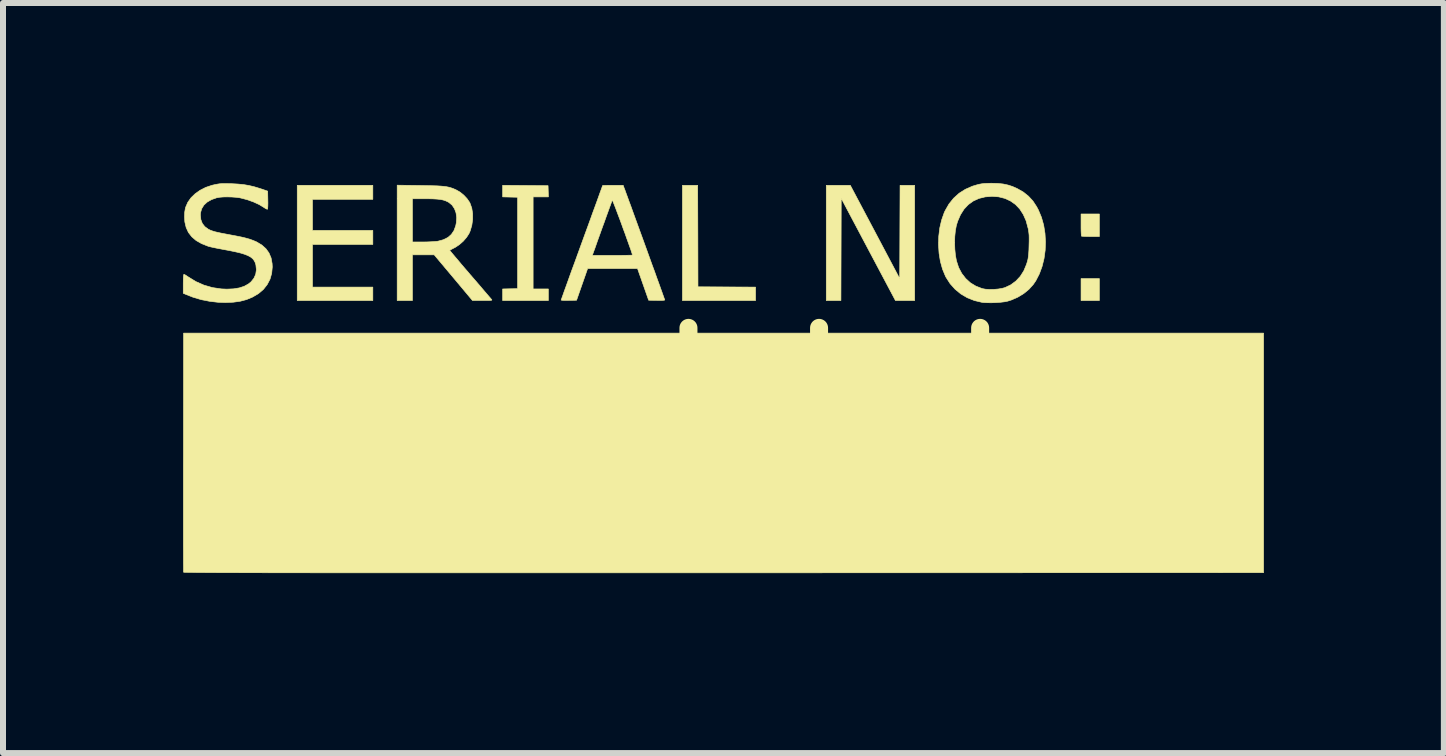
<source format=kicad_pcb>
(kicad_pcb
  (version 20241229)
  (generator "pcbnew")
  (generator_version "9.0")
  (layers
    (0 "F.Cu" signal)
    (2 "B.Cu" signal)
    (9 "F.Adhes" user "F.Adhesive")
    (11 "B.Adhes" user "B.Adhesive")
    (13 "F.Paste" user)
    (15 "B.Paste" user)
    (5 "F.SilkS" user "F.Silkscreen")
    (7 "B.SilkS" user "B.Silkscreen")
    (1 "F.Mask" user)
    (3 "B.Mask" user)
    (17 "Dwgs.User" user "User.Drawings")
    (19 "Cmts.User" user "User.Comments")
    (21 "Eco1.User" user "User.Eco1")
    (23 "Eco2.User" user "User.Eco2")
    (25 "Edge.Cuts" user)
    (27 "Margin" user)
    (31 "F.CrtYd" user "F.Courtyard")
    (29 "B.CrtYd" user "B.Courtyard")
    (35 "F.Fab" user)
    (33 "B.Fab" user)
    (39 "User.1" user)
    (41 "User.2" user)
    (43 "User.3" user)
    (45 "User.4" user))
  (footprint "sn_label"
    (layer "F.Cu")
    (at 9.007 3.25)
    (property "Reference" "sn_label" (at 0 0 0) (layer "F.SilkS") (effects (font (size 1.524 1.524) (thickness 0.3))))
    (attr through_hole)
    (fp_poly (pts (xy 6.269 -1.29) (xy 5.964 -1.29) (xy 5.964 -1.656) (xy 6.269 -1.656) (xy 6.269 -1.29)) (stroke (width 0.01) (type solid)) (fill yes) (layer "F.SilkS"))
    (fp_poly (pts (xy -0.424 -2.365) (xy -0.422 -1.519) (xy 0.538 -1.514) (xy 0.538 -1.29) (xy -0.681 -1.29) (xy -0.681 -3.211) (xy -0.554 -3.211) (xy -0.427 -3.211) (xy -0.424 -2.365)) (stroke (width 0.01) (type solid)) (fill yes) (layer "F.SilkS"))
    (fp_poly (pts (xy -5.842 -2.977) (xy -6.848 -2.977) (xy -6.848 -2.459) (xy -5.842 -2.459) (xy -5.842 -2.225) (xy -6.848 -2.225) (xy -6.848 -1.514) (xy -5.842 -1.514) (xy -5.842 -1.29) (xy -7.102 -1.29) (xy -7.102 -3.211) (xy -5.842 -3.211) (xy -5.842 -2.977)) (stroke (width 0.01) (type solid)) (fill yes) (layer "F.SilkS"))
    (fp_poly (pts (xy -2.921 -3.205) (xy -2.915 -3.018) (xy -3.17 -3.018) (xy -3.17 -1.483) (xy -2.916 -1.483) (xy -2.916 -1.29) (xy -3.678 -1.29) (xy -3.678 -1.483) (xy -3.553 -1.486) (xy -3.429 -1.488) (xy -3.429 -3.012) (xy -3.678 -3.018) (xy -3.678 -3.211) (xy -2.921 -3.205)) (stroke (width 0.01) (type solid)) (fill yes) (layer "F.SilkS"))
    (fp_poly (pts (xy 3.19 -1.29) (xy 2.87 -1.29) (xy 2.418 -2.142) (xy 1.966 -2.995) (xy 1.961 -1.29) (xy 1.717 -1.29) (xy 1.717 -3.211) (xy 1.918 -3.21) (xy 2.118 -3.21) (xy 2.53 -2.432) (xy 2.941 -1.655) (xy 2.947 -3.211) (xy 3.19 -3.211) (xy 3.19 -1.29)) (stroke (width 0.01) (type solid)) (fill yes) (layer "F.SilkS"))
    (fp_poly (pts (xy 6.269 -2.357) (xy 6.123 -2.357) (xy 6.071 -2.358) (xy 6.026 -2.359) (xy 5.992 -2.361) (xy 5.973 -2.363) (xy 5.971 -2.364) (xy 5.969 -2.376) (xy 5.967 -2.405) (xy 5.965 -2.447) (xy 5.964 -2.5) (xy 5.964 -2.552) (xy 5.964 -2.733) (xy 6.269 -2.733) (xy 6.269 -2.357)) (stroke (width 0.01) (type solid)) (fill yes) (layer "F.SilkS"))
    (fp_poly (pts (xy 9.007 3.246) (xy 0.007 3.249) (xy -0.524 3.249) (xy -1.035 3.249) (xy -1.526 3.249) (xy -1.998 3.249) (xy -2.451 3.249) (xy -2.886 3.249) (xy -3.302 3.249) (xy -3.7 3.249) (xy -4.081 3.249) (xy -4.444 3.249) (xy -4.791 3.249) (xy -5.121 3.249) (xy -5.434 3.249) (xy -5.732 3.249) (xy -6.014 3.249) (xy -6.281 3.249) (xy -6.533 3.249) (xy -6.77 3.249) (xy -6.993 3.248) (xy -7.203 3.248) (xy -7.399 3.248) (xy -7.581 3.248) (xy -7.751 3.247) (xy -7.908 3.247) (xy -8.053 3.247) (xy -8.186 3.246) (xy -8.308 3.246) (xy -8.418 3.246) (xy -8.518 3.245) (xy -8.607 3.245) (xy -8.686 3.244) (xy -8.756 3.244) (xy -8.815 3.243) (xy -8.866 3.242) (xy -8.908 3.242) (xy -8.941 3.241) (xy -8.967 3.241) (xy -8.984 3.24) (xy -8.994 3.239) (xy -8.997 3.239) (xy -8.998 3.227) (xy -8.998 3.197) (xy -8.998 3.148) (xy -8.999 3.081) (xy -8.999 2.998) (xy -8.999 2.9) (xy -9 2.788) (xy -9 2.662) (xy -9 2.523) (xy -9 2.373) (xy -9 2.213) (xy -9 2.043) (xy -9 1.864) (xy -9 1.678) (xy -9 1.485) (xy -8.999 1.287) (xy -8.999 1.24) (xy -8.997 -0.747) (xy 9.007 -0.747) (xy 9.007 3.246)) (stroke (width 0.01) (type solid)) (fill yes) (layer "F.SilkS"))
    (fp_poly (pts (xy -5.057 -3.208) (xy -4.946 -3.206) (xy -4.853 -3.204) (xy -4.775 -3.202) (xy -4.711 -3.198) (xy -4.657 -3.193) (xy -4.612 -3.187) (xy -4.573 -3.179) (xy -4.538 -3.169) (xy -4.504 -3.157) (xy -4.469 -3.142) (xy -4.452 -3.134) (xy -4.386 -3.096) (xy -4.324 -3.045) (xy -4.27 -2.987) (xy -4.229 -2.927) (xy -4.223 -2.916) (xy -4.193 -2.832) (xy -4.178 -2.739) (xy -4.178 -2.642) (xy -4.192 -2.543) (xy -4.22 -2.449) (xy -4.238 -2.408) (xy -4.279 -2.344) (xy -4.334 -2.28) (xy -4.399 -2.223) (xy -4.469 -2.176) (xy -4.481 -2.17) (xy -4.516 -2.152) (xy -4.544 -2.137) (xy -4.559 -2.129) (xy -4.56 -2.128) (xy -4.555 -2.12) (xy -4.537 -2.098) (xy -4.508 -2.063) (xy -4.47 -2.018) (xy -4.423 -1.963) (xy -4.37 -1.899) (xy -4.31 -1.829) (xy -4.245 -1.754) (xy -4.221 -1.725) (xy -4.154 -1.648) (xy -4.091 -1.575) (xy -4.033 -1.507) (xy -3.982 -1.447) (xy -3.938 -1.396) (xy -3.903 -1.355) (xy -3.878 -1.326) (xy -3.864 -1.31) (xy -3.863 -1.308) (xy -3.858 -1.302) (xy -3.859 -1.297) (xy -3.869 -1.294) (xy -3.889 -1.292) (xy -3.922 -1.291) (xy -3.972 -1.291) (xy -4.014 -1.291) (xy -4.181 -1.291) (xy -4.5 -1.672) (xy -4.819 -2.052) (xy -5.182 -2.052) (xy -5.182 -1.29) (xy -5.436 -1.29) (xy -5.436 -2.266) (xy -5.182 -2.266) (xy -5.006 -2.266) (xy -4.936 -2.267) (xy -4.869 -2.27) (xy -4.81 -2.274) (xy -4.765 -2.278) (xy -4.754 -2.28) (xy -4.666 -2.304) (xy -4.592 -2.341) (xy -4.533 -2.392) (xy -4.489 -2.457) (xy -4.46 -2.537) (xy -4.45 -2.586) (xy -4.444 -2.672) (xy -4.455 -2.752) (xy -4.481 -2.822) (xy -4.521 -2.881) (xy -4.575 -2.926) (xy -4.595 -2.937) (xy -4.63 -2.953) (xy -4.67 -2.966) (xy -4.715 -2.975) (xy -4.771 -2.981) (xy -4.839 -2.985) (xy -4.923 -2.987) (xy -4.971 -2.987) (xy -5.182 -2.987) (xy -5.182 -2.266) (xy -5.436 -2.266) (xy -5.436 -3.213) (xy -5.057 -3.208)) (stroke (width 0.01) (type solid)) (fill yes) (layer "F.SilkS"))
    (fp_poly (pts (xy -1.653 -3.167) (xy -1.64 -3.134) (xy -1.623 -3.086) (xy -1.6 -3.024) (xy -1.573 -2.949) (xy -1.541 -2.864) (xy -1.507 -2.769) (xy -1.47 -2.667) (xy -1.431 -2.56) (xy -1.39 -2.447) (xy -1.348 -2.332) (xy -1.306 -2.216) (xy -1.264 -2.1) (xy -1.223 -1.986) (xy -1.183 -1.875) (xy -1.144 -1.77) (xy -1.109 -1.671) (xy -1.076 -1.581) (xy -1.047 -1.5) (xy -1.022 -1.431) (xy -1.002 -1.374) (xy -0.987 -1.332) (xy -0.978 -1.307) (xy -0.975 -1.299) (xy -0.985 -1.296) (xy -1.011 -1.293) (xy -1.05 -1.292) (xy -1.098 -1.292) (xy -1.11 -1.293) (xy -1.244 -1.295) (xy -1.43 -1.824) (xy -2.261 -1.824) (xy -2.446 -1.295) (xy -2.574 -1.293) (xy -2.623 -1.292) (xy -2.663 -1.293) (xy -2.691 -1.295) (xy -2.702 -1.298) (xy -2.703 -1.298) (xy -2.699 -1.309) (xy -2.689 -1.337) (xy -2.673 -1.382) (xy -2.652 -1.442) (xy -2.625 -1.516) (xy -2.594 -1.602) (xy -2.559 -1.7) (xy -2.52 -1.808) (xy -2.477 -1.924) (xy -2.434 -2.042) (xy -2.183 -2.042) (xy -1.849 -2.042) (xy -1.768 -2.042) (xy -1.695 -2.043) (xy -1.631 -2.044) (xy -1.579 -2.045) (xy -1.54 -2.046) (xy -1.518 -2.048) (xy -1.514 -2.049) (xy -1.517 -2.063) (xy -1.527 -2.093) (xy -1.541 -2.136) (xy -1.561 -2.191) (xy -1.584 -2.256) (xy -1.61 -2.328) (xy -1.637 -2.405) (xy -1.667 -2.485) (xy -1.696 -2.566) (xy -1.725 -2.645) (xy -1.753 -2.719) (xy -1.779 -2.788) (xy -1.802 -2.849) (xy -1.822 -2.899) (xy -1.837 -2.937) (xy -1.847 -2.959) (xy -1.85 -2.965) (xy -1.855 -2.952) (xy -1.866 -2.923) (xy -1.882 -2.879) (xy -1.903 -2.822) (xy -1.928 -2.753) (xy -1.956 -2.676) (xy -1.986 -2.591) (xy -2.007 -2.535) (xy -2.039 -2.446) (xy -2.069 -2.362) (xy -2.097 -2.285) (xy -2.121 -2.216) (xy -2.141 -2.159) (xy -2.157 -2.116) (xy -2.167 -2.088) (xy -2.17 -2.08) (xy -2.183 -2.042) (xy -2.434 -2.042) (xy -2.432 -2.048) (xy -2.385 -2.178) (xy -2.357 -2.255) (xy -2.309 -2.387) (xy -2.262 -2.515) (xy -2.218 -2.636) (xy -2.178 -2.748) (xy -2.14 -2.851) (xy -2.106 -2.944) (xy -2.077 -3.025) (xy -2.053 -3.092) (xy -2.033 -3.146) (xy -2.02 -3.183) (xy -2.013 -3.203) (xy -2.012 -3.207) (xy -2.002 -3.208) (xy -1.975 -3.209) (xy -1.935 -3.21) (xy -1.884 -3.21) (xy -1.84 -3.211) (xy -1.669 -3.211) (xy -1.653 -3.167)) (stroke (width 0.01) (type solid)) (fill yes) (layer "F.SilkS"))
    (fp_poly (pts (xy 4.577 -3.242) (xy 4.665 -3.233) (xy 4.744 -3.216) (xy 4.822 -3.191) (xy 4.902 -3.155) (xy 5.002 -3.098) (xy 5.087 -3.03) (xy 5.161 -2.95) (xy 5.224 -2.854) (xy 5.253 -2.799) (xy 5.304 -2.677) (xy 5.341 -2.546) (xy 5.363 -2.408) (xy 5.371 -2.268) (xy 5.366 -2.128) (xy 5.347 -1.99) (xy 5.314 -1.857) (xy 5.268 -1.733) (xy 5.21 -1.62) (xy 5.166 -1.556) (xy 5.095 -1.477) (xy 5.008 -1.406) (xy 4.909 -1.346) (xy 4.804 -1.3) (xy 4.738 -1.279) (xy 4.686 -1.269) (xy 4.62 -1.261) (xy 4.546 -1.256) (xy 4.47 -1.253) (xy 4.398 -1.254) (xy 4.337 -1.257) (xy 4.313 -1.26) (xy 4.186 -1.29) (xy 4.067 -1.337) (xy 3.96 -1.4) (xy 3.864 -1.479) (xy 3.781 -1.572) (xy 3.713 -1.678) (xy 3.703 -1.697) (xy 3.655 -1.813) (xy 3.619 -1.942) (xy 3.597 -2.078) (xy 3.588 -2.22) (xy 3.589 -2.252) (xy 3.856 -2.252) (xy 3.86 -2.145) (xy 3.87 -2.043) (xy 3.887 -1.952) (xy 3.887 -1.952) (xy 3.923 -1.841) (xy 3.975 -1.742) (xy 4.041 -1.657) (xy 4.12 -1.585) (xy 4.211 -1.53) (xy 4.314 -1.49) (xy 4.318 -1.489) (xy 4.371 -1.479) (xy 4.438 -1.475) (xy 4.51 -1.476) (xy 4.583 -1.482) (xy 4.648 -1.493) (xy 4.696 -1.506) (xy 4.793 -1.552) (xy 4.878 -1.615) (xy 4.951 -1.693) (xy 5.01 -1.786) (xy 5.055 -1.894) (xy 5.071 -1.946) (xy 5.08 -1.984) (xy 5.086 -2.024) (xy 5.091 -2.072) (xy 5.095 -2.132) (xy 5.097 -2.207) (xy 5.097 -2.21) (xy 5.099 -2.28) (xy 5.099 -2.335) (xy 5.098 -2.379) (xy 5.094 -2.418) (xy 5.089 -2.456) (xy 5.081 -2.499) (xy 5.08 -2.499) (xy 5.048 -2.619) (xy 5.001 -2.725) (xy 4.942 -2.816) (xy 4.871 -2.891) (xy 4.787 -2.95) (xy 4.693 -2.993) (xy 4.589 -3.019) (xy 4.481 -3.027) (xy 4.366 -3.018) (xy 4.261 -2.992) (xy 4.167 -2.949) (xy 4.084 -2.889) (xy 4.013 -2.813) (xy 3.954 -2.72) (xy 3.907 -2.612) (xy 3.885 -2.54) (xy 3.869 -2.455) (xy 3.859 -2.357) (xy 3.856 -2.252) (xy 3.589 -2.252) (xy 3.592 -2.362) (xy 3.609 -2.501) (xy 3.64 -2.633) (xy 3.683 -2.755) (xy 3.698 -2.787) (xy 3.762 -2.899) (xy 3.84 -2.996) (xy 3.931 -3.078) (xy 4.035 -3.144) (xy 4.153 -3.196) (xy 4.226 -3.218) (xy 4.269 -3.229) (xy 4.308 -3.236) (xy 4.349 -3.241) (xy 4.397 -3.243) (xy 4.458 -3.245) (xy 4.475 -3.245) (xy 4.577 -3.242)) (stroke (width 0.01) (type solid)) (fill yes) (layer "F.SilkS"))
    (fp_poly (pts (xy -8.259 -3.239) (xy -8.199 -3.238) (xy -8.091 -3.232) (xy -7.997 -3.223) (xy -7.909 -3.208) (xy -7.82 -3.187) (xy -7.724 -3.158) (xy -7.706 -3.152) (xy -7.595 -3.114) (xy -7.592 -2.968) (xy -7.591 -2.915) (xy -7.592 -2.869) (xy -7.594 -2.835) (xy -7.596 -2.815) (xy -7.597 -2.813) (xy -7.609 -2.814) (xy -7.632 -2.825) (xy -7.656 -2.841) (xy -7.736 -2.89) (xy -7.832 -2.934) (xy -7.936 -2.971) (xy -8.043 -2.999) (xy -8.061 -3.003) (xy -8.121 -3.011) (xy -8.19 -3.016) (xy -8.263 -3.018) (xy -8.333 -3.017) (xy -8.395 -3.012) (xy -8.444 -3.003) (xy -8.446 -3.003) (xy -8.533 -2.972) (xy -8.604 -2.931) (xy -8.658 -2.881) (xy -8.695 -2.821) (xy -8.714 -2.754) (xy -8.717 -2.717) (xy -8.709 -2.64) (xy -8.685 -2.576) (xy -8.644 -2.523) (xy -8.586 -2.48) (xy -8.574 -2.474) (xy -8.547 -2.461) (xy -8.516 -2.45) (xy -8.478 -2.438) (xy -8.432 -2.427) (xy -8.372 -2.414) (xy -8.298 -2.4) (xy -8.23 -2.387) (xy -8.123 -2.367) (xy -8.034 -2.349) (xy -7.959 -2.331) (xy -7.895 -2.313) (xy -7.84 -2.293) (xy -7.792 -2.273) (xy -7.779 -2.267) (xy -7.692 -2.215) (xy -7.624 -2.154) (xy -7.573 -2.083) (xy -7.538 -2) (xy -7.521 -1.907) (xy -7.518 -1.849) (xy -7.528 -1.744) (xy -7.556 -1.646) (xy -7.603 -1.556) (xy -7.666 -1.476) (xy -7.746 -1.408) (xy -7.761 -1.398) (xy -7.851 -1.346) (xy -7.948 -1.306) (xy -8.054 -1.278) (xy -8.17 -1.262) (xy -8.3 -1.257) (xy -8.423 -1.261) (xy -8.561 -1.277) (xy -8.703 -1.305) (xy -8.841 -1.346) (xy -8.948 -1.388) (xy -9.002 -1.411) (xy -9.002 -1.569) (xy -9.001 -1.639) (xy -8.999 -1.688) (xy -8.996 -1.718) (xy -8.991 -1.727) (xy -8.978 -1.722) (xy -8.953 -1.707) (xy -8.922 -1.686) (xy -8.917 -1.683) (xy -8.792 -1.606) (xy -8.658 -1.547) (xy -8.516 -1.506) (xy -8.368 -1.484) (xy -8.275 -1.48) (xy -8.163 -1.485) (xy -8.067 -1.501) (xy -7.985 -1.528) (xy -7.915 -1.567) (xy -7.871 -1.603) (xy -7.824 -1.662) (xy -7.794 -1.729) (xy -7.783 -1.803) (xy -7.791 -1.881) (xy -7.792 -1.887) (xy -7.804 -1.925) (xy -7.822 -1.959) (xy -7.846 -1.989) (xy -7.879 -2.015) (xy -7.923 -2.039) (xy -7.978 -2.061) (xy -8.047 -2.082) (xy -8.131 -2.102) (xy -8.232 -2.123) (xy -8.351 -2.145) (xy -8.371 -2.149) (xy -8.431 -2.16) (xy -8.489 -2.172) (xy -8.54 -2.183) (xy -8.579 -2.193) (xy -8.589 -2.196) (xy -8.697 -2.239) (xy -8.788 -2.291) (xy -8.86 -2.353) (xy -8.916 -2.425) (xy -8.954 -2.508) (xy -8.976 -2.601) (xy -8.981 -2.687) (xy -8.978 -2.763) (xy -8.967 -2.827) (xy -8.961 -2.848) (xy -8.926 -2.928) (xy -8.873 -3.003) (xy -8.804 -3.07) (xy -8.722 -3.128) (xy -8.628 -3.176) (xy -8.524 -3.211) (xy -8.477 -3.222) (xy -8.436 -3.23) (xy -8.399 -3.236) (xy -8.36 -3.239) (xy -8.315 -3.24) (xy -8.259 -3.239)) (stroke (width 0.01) (type solid)) (fill yes) (layer "F.SilkS")))
  (gr_rect
    (start -3 -3)
    (end 21.019 9.504)
    (stroke (width 0.1) (type default))
    (fill no)
    (layer "Edge.Cuts")))
</source>
